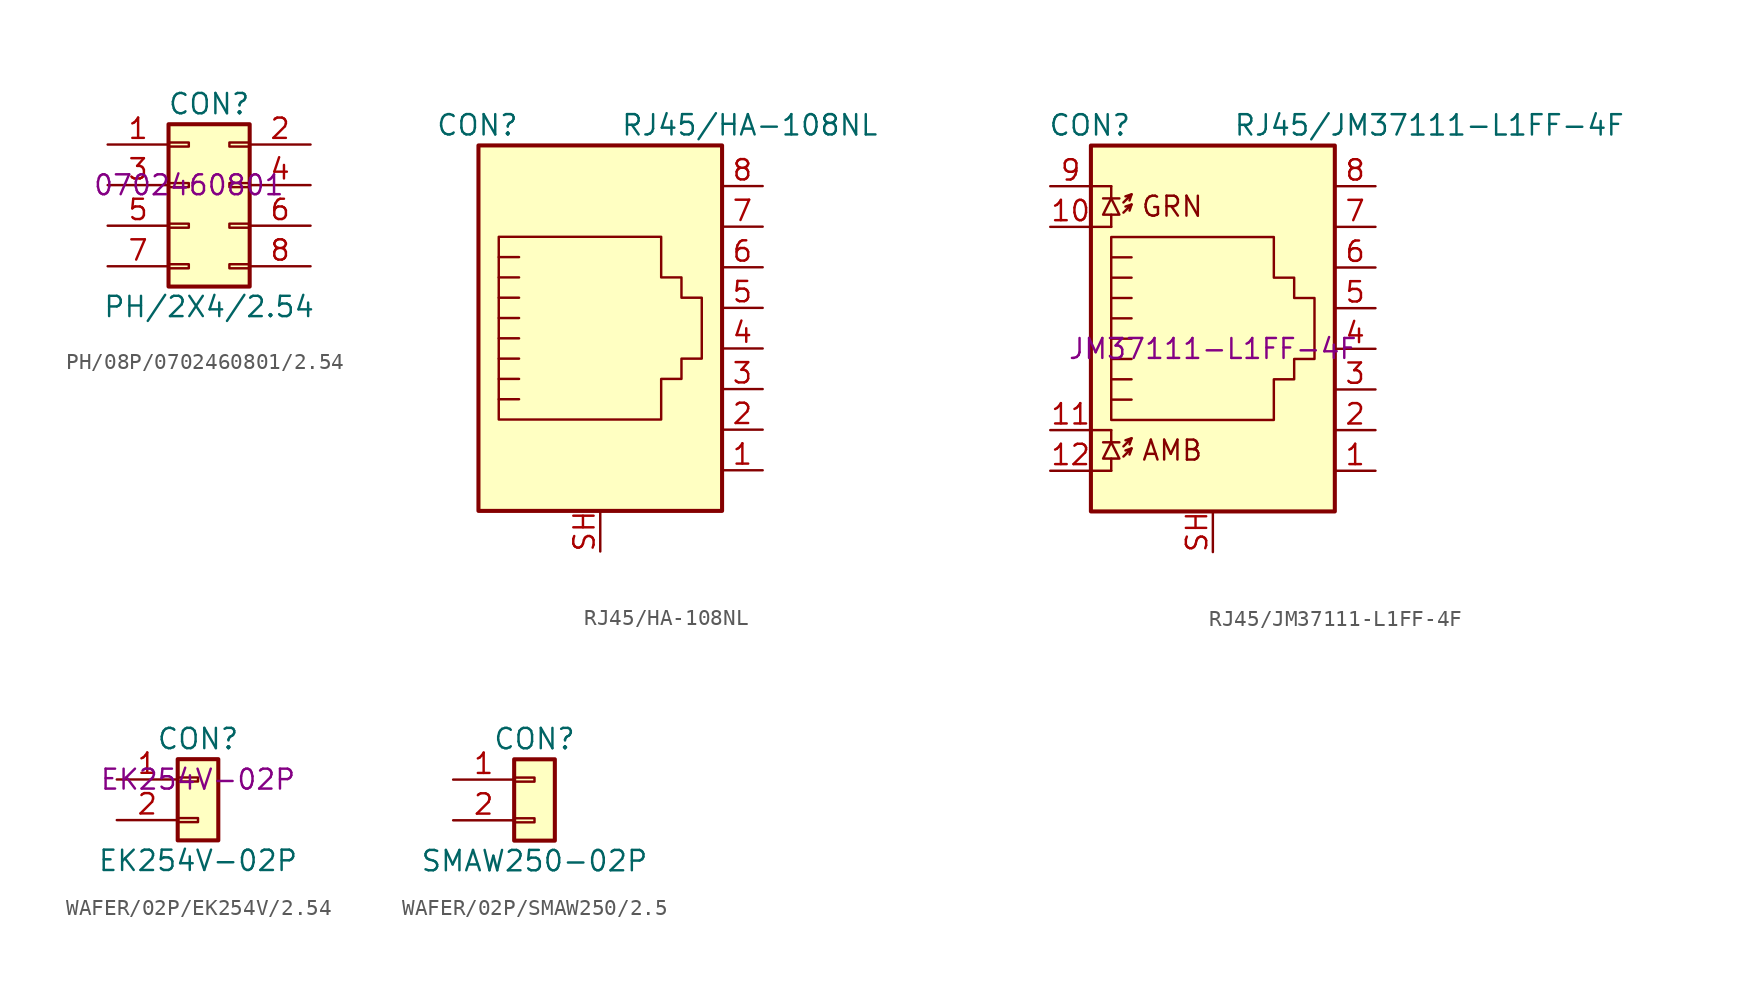
<source format=kicad_sym>
(kicad_symbol_lib
  (version 20220914)
  (generator kicad_symbol_editor)
  (symbol "PH/08P/0702460801/2.54"
    (pin_names
      (offset 1.016) hide)
    (property "Reference" "CON"
      (at 0 6.35 0)
      (effects (font (size 1.27 1.27))))
    (property "Value" "PH/2X4/2.54"
      (at 0 -6.35 0)
      (effects (font (size 1.27 1.27))))
    (property "PART NUMBER" "0702460801"
      (at -1.27 1.27 0)
      (effects (font (size 1.245 1.245))))
    (symbol "PH/08P/0702460801/2.54_1_1"
      (rectangle (start -2.54 -3.683) (end -1.27 -3.937) (stroke (width 0.152) (type default)) (fill (type none)))
      (rectangle (start -2.54 -1.143) (end -1.27 -1.397) (stroke (width 0.152) (type default)) (fill (type none)))
      (rectangle (start -2.54 1.397) (end -1.27 1.143) (stroke (width 0.152) (type default)) (fill (type none)))
      (rectangle (start -2.54 3.937) (end -1.27 3.683) (stroke (width 0.152) (type default)) (fill (type none)))
      (rectangle (start -2.54 5.08) (end 2.54 -5.08) (stroke (width 0.254) (type default)) (fill (type background)))
      (rectangle (start 2.54 -3.683) (end 1.27 -3.937) (stroke (width 0.152) (type default)) (fill (type none)))
      (rectangle (start 2.54 -1.143) (end 1.27 -1.397) (stroke (width 0.152) (type default)) (fill (type none)))
      (rectangle (start 2.54 1.397) (end 1.27 1.143) (stroke (width 0.152) (type default)) (fill (type none)))
      (rectangle (start 2.54 3.937) (end 1.27 3.683) (stroke (width 0.152) (type default)) (fill (type none)))
      (pin passive line (at -6.35 3.81 0) (length 3.81) (name "Pin_1" (effects (font (size 1.27 1.27)))) (number "1" (effects (font (size 1.27 1.27)))))
      (pin passive line (at 6.35 3.81 180) (length 3.81) (name "Pin_2" (effects (font (size 1.27 1.27)))) (number "2" (effects (font (size 1.27 1.27)))))
      (pin passive line (at -6.35 1.27 0) (length 3.81) (name "Pin_3" (effects (font (size 1.27 1.27)))) (number "3" (effects (font (size 1.27 1.27)))))
      (pin passive line (at 6.35 1.27 180) (length 3.81) (name "Pin_4" (effects (font (size 1.27 1.27)))) (number "4" (effects (font (size 1.27 1.27)))))
      (pin passive line (at -6.35 -1.27 0) (length 3.81) (name "Pin_5" (effects (font (size 1.27 1.27)))) (number "5" (effects (font (size 1.27 1.27)))))
      (pin passive line (at 6.35 -1.27 180) (length 3.81) (name "Pin_6" (effects (font (size 1.27 1.27)))) (number "6" (effects (font (size 1.27 1.27)))))
      (pin passive line (at -6.35 -3.81 0) (length 3.81) (name "Pin_7" (effects (font (size 1.27 1.27)))) (number "7" (effects (font (size 1.27 1.27)))))
      (pin passive line (at 6.35 -3.81 180) (length 3.81) (name "Pin_8" (effects (font (size 1.27 1.27)))) (number "8" (effects (font (size 1.27 1.27)))))))
  (symbol "RJ45/HA-108NL"
    (pin_names
      (offset 1.016))
    (property "Reference" "CON"
      (at -5.08 13.97 0)
      (effects (font (size 1.27 1.27)) (justify right)))
    (property "Value" "RJ45/HA-108NL"
      (at 1.27 13.97 0)
      (effects (font (size 1.27 1.27)) (justify left)))
    (symbol "RJ45/HA-108NL_0_1"
      (polyline (pts (xy -5.08 4.445) (xy -6.35 4.445)) (stroke (width 0) (type default)) (fill (type none)))
      (polyline (pts (xy -5.08 5.715) (xy -6.35 5.715)) (stroke (width 0) (type default)) (fill (type none)))
      (polyline (pts (xy -6.35 -3.175) (xy -5.08 -3.175) (xy -5.08 -3.175)) (stroke (width 0) (type default)) (fill (type none)))
      (polyline (pts (xy -6.35 -1.905) (xy -5.08 -1.905) (xy -5.08 -1.905)) (stroke (width 0) (type default)) (fill (type none)))
      (polyline (pts (xy -6.35 -0.635) (xy -5.08 -0.635) (xy -5.08 -0.635)) (stroke (width 0) (type default)) (fill (type none)))
      (polyline (pts (xy -6.35 0.635) (xy -5.08 0.635) (xy -5.08 0.635)) (stroke (width 0) (type default)) (fill (type none)))
      (polyline (pts (xy -6.35 1.905) (xy -5.08 1.905) (xy -5.08 1.905)) (stroke (width 0) (type default)) (fill (type none)))
      (polyline (pts (xy -5.08 3.175) (xy -6.35 3.175) (xy -6.35 3.175)) (stroke (width 0) (type default)) (fill (type none)))
      (polyline (pts (xy -6.35 -4.445) (xy -6.35 6.985) (xy 3.81 6.985) (xy 3.81 4.445) (xy 5.08 4.445) (xy 5.08 3.175) (xy 6.35 3.175) (xy 6.35 -0.635) (xy 5.08 -0.635) (xy 5.08 -1.905) (xy 3.81 -1.905) (xy 3.81 -4.445) (xy -6.35 -4.445) (xy -6.35 -4.445)) (stroke (width 0) (type default)) (fill (type none)))
      (rectangle (start 7.62 12.7) (end -7.62 -10.16) (stroke (width 0.254) (type default)) (fill (type background))))
    (symbol "RJ45/HA-108NL_1_1"
      (pin passive line (at 10.16 -7.62 180) (length 2.54) (name "~" (effects (font (size 1.27 1.27)))) (number "1" (effects (font (size 1.27 1.27)))))
      (pin passive line (at 10.16 -5.08 180) (length 2.54) (name "~" (effects (font (size 1.27 1.27)))) (number "2" (effects (font (size 1.27 1.27)))))
      (pin passive line (at 10.16 -2.54 180) (length 2.54) (name "~" (effects (font (size 1.27 1.27)))) (number "3" (effects (font (size 1.27 1.27)))))
      (pin passive line (at 10.16 0 180) (length 2.54) (name "~" (effects (font (size 1.27 1.27)))) (number "4" (effects (font (size 1.27 1.27)))))
      (pin passive line (at 10.16 2.54 180) (length 2.54) (name "~" (effects (font (size 1.27 1.27)))) (number "5" (effects (font (size 1.27 1.27)))))
      (pin passive line (at 10.16 5.08 180) (length 2.54) (name "~" (effects (font (size 1.27 1.27)))) (number "6" (effects (font (size 1.27 1.27)))))
      (pin passive line (at 10.16 7.62 180) (length 2.54) (name "~" (effects (font (size 1.27 1.27)))) (number "7" (effects (font (size 1.27 1.27)))))
      (pin passive line (at 10.16 10.16 180) (length 2.54) (name "~" (effects (font (size 1.27 1.27)))) (number "8" (effects (font (size 1.27 1.27)))))
      (pin passive line (at 0 -12.7 90) (length 2.54) (name "~" (effects (font (size 1.27 1.27)))) (number "SH" (effects (font (size 1.27 1.27)))))))
  (symbol "RJ45/JM37111-L1FF-4F"
    (pin_names
      (offset 1.016))
    (property "Reference" "CON"
      (at -5.08 13.97 0)
      (effects (font (size 1.27 1.27)) (justify right)))
    (property "Value" "RJ45/JM37111-L1FF-4F"
      (at 1.27 13.97 0)
      (effects (font (size 1.27 1.27)) (justify left)))
    (property "PART NUMBER" "JM37111-L1FF-4F"
      (at 0 0 0)
      (effects (font (size 1.245 1.245))))
    (symbol "RJ45/JM37111-L1FF-4F_0_1"
      (polyline (pts (xy -7.62 -7.62) (xy -6.35 -7.62)) (stroke (width 0) (type default)) (fill (type none)))
      (polyline (pts (xy -7.62 -5.08) (xy -6.35 -5.08)) (stroke (width 0) (type default)) (fill (type none)))
      (polyline (pts (xy -7.62 7.62) (xy -6.35 7.62)) (stroke (width 0) (type default)) (fill (type none)))
      (polyline (pts (xy -7.62 10.16) (xy -6.35 10.16)) (stroke (width 0) (type default)) (fill (type none)))
      (polyline (pts (xy -6.858 -5.842) (xy -5.842 -5.842)) (stroke (width 0) (type default)) (fill (type none)))
      (polyline (pts (xy -6.858 9.398) (xy -5.842 9.398)) (stroke (width 0) (type default)) (fill (type none)))
      (polyline (pts (xy -6.35 -7.62) (xy -6.35 -6.858)) (stroke (width 0) (type default)) (fill (type none)))
      (polyline (pts (xy -6.35 -5.08) (xy -6.35 -5.842)) (stroke (width 0) (type default)) (fill (type none)))
      (polyline (pts (xy -6.35 7.62) (xy -6.35 8.382)) (stroke (width 0) (type default)) (fill (type none)))
      (polyline (pts (xy -6.35 10.16) (xy -6.35 9.398)) (stroke (width 0) (type default)) (fill (type none)))
      (polyline (pts (xy -5.08 -6.223) (xy -5.207 -6.604)) (stroke (width 0) (type default)) (fill (type none)))
      (polyline (pts (xy -5.08 -5.588) (xy -5.207 -5.969)) (stroke (width 0) (type default)) (fill (type none)))
      (polyline (pts (xy -5.08 4.445) (xy -6.35 4.445)) (stroke (width 0) (type default)) (fill (type none)))
      (polyline (pts (xy -5.08 5.715) (xy -6.35 5.715)) (stroke (width 0) (type default)) (fill (type none)))
      (polyline (pts (xy -5.08 9.017) (xy -5.207 8.636)) (stroke (width 0) (type default)) (fill (type none)))
      (polyline (pts (xy -5.08 9.652) (xy -5.207 9.271)) (stroke (width 0) (type default)) (fill (type none)))
      (polyline (pts (xy -6.35 -3.175) (xy -5.08 -3.175) (xy -5.08 -3.175)) (stroke (width 0) (type default)) (fill (type none)))
      (polyline (pts (xy -6.35 -1.905) (xy -5.08 -1.905) (xy -5.08 -1.905)) (stroke (width 0) (type default)) (fill (type none)))
      (polyline (pts (xy -6.35 -0.635) (xy -5.08 -0.635) (xy -5.08 -0.635)) (stroke (width 0) (type default)) (fill (type none)))
      (polyline (pts (xy -6.35 0.635) (xy -5.08 0.635) (xy -5.08 0.635)) (stroke (width 0) (type default)) (fill (type none)))
      (polyline (pts (xy -6.35 1.905) (xy -5.08 1.905) (xy -5.08 1.905)) (stroke (width 0) (type default)) (fill (type none)))
      (polyline (pts (xy -5.588 -6.731) (xy -5.08 -6.223) (xy -5.461 -6.35)) (stroke (width 0) (type default)) (fill (type none)))
      (polyline (pts (xy -5.588 -6.096) (xy -5.08 -5.588) (xy -5.461 -5.715)) (stroke (width 0) (type default)) (fill (type none)))
      (polyline (pts (xy -5.588 8.509) (xy -5.08 9.017) (xy -5.461 8.89)) (stroke (width 0) (type default)) (fill (type none)))
      (polyline (pts (xy -5.588 9.144) (xy -5.08 9.652) (xy -5.461 9.525)) (stroke (width 0) (type default)) (fill (type none)))
      (polyline (pts (xy -5.08 3.175) (xy -6.35 3.175) (xy -6.35 3.175)) (stroke (width 0) (type default)) (fill (type none)))
      (polyline (pts (xy -6.35 -5.842) (xy -6.858 -6.858) (xy -5.842 -6.858) (xy -6.35 -5.842)) (stroke (width 0) (type default)) (fill (type none)))
      (polyline (pts (xy -6.35 9.398) (xy -6.858 8.382) (xy -5.842 8.382) (xy -6.35 9.398)) (stroke (width 0) (type default)) (fill (type none)))
      (polyline (pts (xy -6.35 -4.445) (xy -6.35 6.985) (xy 3.81 6.985) (xy 3.81 4.445) (xy 5.08 4.445) (xy 5.08 3.175) (xy 6.35 3.175) (xy 6.35 -0.635) (xy 5.08 -0.635) (xy 5.08 -1.905) (xy 3.81 -1.905) (xy 3.81 -4.445) (xy -6.35 -4.445) (xy -6.35 -4.445)) (stroke (width 0) (type default)) (fill (type none)))
      (rectangle (start 7.62 12.7) (end -7.62 -10.16) (stroke (width 0.254) (type default)) (fill (type background))))
    (symbol "RJ45/JM37111-L1FF-4F_1_1"
      (text "AMB" (at -2.54 -6.35 0) (effects (font (size 1.245 1.245))))
      (text "GRN" (at -2.54 8.89 0) (effects (font (size 1.245 1.245))))
      (pin passive line (at 10.16 -7.62 180) (length 2.54) (name "~" (effects (font (size 1.27 1.27)))) (number "1" (effects (font (size 1.27 1.27)))))
      (pin passive line (at -10.16 7.62 0) (length 2.54) (name "~" (effects (font (size 1.27 1.27)))) (number "10" (effects (font (size 1.27 1.27)))))
      (pin passive line (at -10.16 -5.08 0) (length 2.54) (name "~" (effects (font (size 1.27 1.27)))) (number "11" (effects (font (size 1.27 1.27)))))
      (pin passive line (at -10.16 -7.62 0) (length 2.54) (name "~" (effects (font (size 1.27 1.27)))) (number "12" (effects (font (size 1.27 1.27)))))
      (pin passive line (at 10.16 -5.08 180) (length 2.54) (name "~" (effects (font (size 1.27 1.27)))) (number "2" (effects (font (size 1.27 1.27)))))
      (pin passive line (at 10.16 -2.54 180) (length 2.54) (name "~" (effects (font (size 1.27 1.27)))) (number "3" (effects (font (size 1.27 1.27)))))
      (pin passive line (at 10.16 0 180) (length 2.54) (name "~" (effects (font (size 1.27 1.27)))) (number "4" (effects (font (size 1.27 1.27)))))
      (pin passive line (at 10.16 2.54 180) (length 2.54) (name "~" (effects (font (size 1.27 1.27)))) (number "5" (effects (font (size 1.27 1.27)))))
      (pin passive line (at 10.16 5.08 180) (length 2.54) (name "~" (effects (font (size 1.27 1.27)))) (number "6" (effects (font (size 1.27 1.27)))))
      (pin passive line (at 10.16 7.62 180) (length 2.54) (name "~" (effects (font (size 1.27 1.27)))) (number "7" (effects (font (size 1.27 1.27)))))
      (pin passive line (at 10.16 10.16 180) (length 2.54) (name "~" (effects (font (size 1.27 1.27)))) (number "8" (effects (font (size 1.27 1.27)))))
      (pin passive line (at -10.16 10.16 0) (length 2.54) (name "~" (effects (font (size 1.27 1.27)))) (number "9" (effects (font (size 1.27 1.27)))))
      (pin passive line (at 0 -12.7 90) (length 2.54) (name "~" (effects (font (size 1.27 1.27)))) (number "SH" (effects (font (size 1.27 1.27)))))))
  (symbol "WAFER/02P/EK254V/2.54"
    (pin_names
      (offset 1.016) hide)
    (property "Reference" "CON"
      (at 0 3.81 0)
      (effects (font (size 1.27 1.27))))
    (property "Value" "EK254V-02P"
      (at 0 -3.81 0)
      (effects (font (size 1.27 1.27))))
    (property "PART NUMBER" "EK254V-02P"
      (at 0 1.27 0)
      (effects (font (size 1.245 1.245))))
    (symbol "WAFER/02P/EK254V/2.54_1_1"
      (rectangle (start -1.27 -1.143) (end 0 -1.397) (stroke (width 0.152) (type default)) (fill (type none)))
      (rectangle (start -1.27 1.397) (end 0 1.143) (stroke (width 0.152) (type default)) (fill (type none)))
      (rectangle (start -1.27 2.54) (end 1.27 -2.54) (stroke (width 0.254) (type default)) (fill (type background)))
      (pin passive line (at -5.08 1.27 0) (length 3.81) (name "Pin_1" (effects (font (size 1.27 1.27)))) (number "1" (effects (font (size 1.27 1.27)))))
      (pin passive line (at -5.08 -1.27 0) (length 3.81) (name "Pin_2" (effects (font (size 1.27 1.27)))) (number "2" (effects (font (size 1.27 1.27)))))))
  (symbol "WAFER/02P/SMAW250/2.5"
    (pin_names
      (offset 1.016) hide)
    (property "Reference" "CON"
      (at 0 3.81 0)
      (effects (font (size 1.27 1.27))))
    (property "Value" "SMAW250-02P"
      (at 0 -3.81 0)
      (effects (font (size 1.27 1.27))))
    (symbol "WAFER/02P/SMAW250/2.5_1_1"
      (rectangle (start -1.27 -1.143) (end 0 -1.397) (stroke (width 0.152) (type default)) (fill (type none)))
      (rectangle (start -1.27 1.397) (end 0 1.143) (stroke (width 0.152) (type default)) (fill (type none)))
      (rectangle (start -1.27 2.54) (end 1.27 -2.54) (stroke (width 0.254) (type default)) (fill (type background)))
      (pin passive line (at -5.08 1.27 0) (length 3.81) (name "Pin_1" (effects (font (size 1.27 1.27)))) (number "1" (effects (font (size 1.27 1.27)))))
      (pin passive line (at -5.08 -1.27 0) (length 3.81) (name "Pin_2" (effects (font (size 1.27 1.27)))) (number "2" (effects (font (size 1.27 1.27))))))))
</source>
